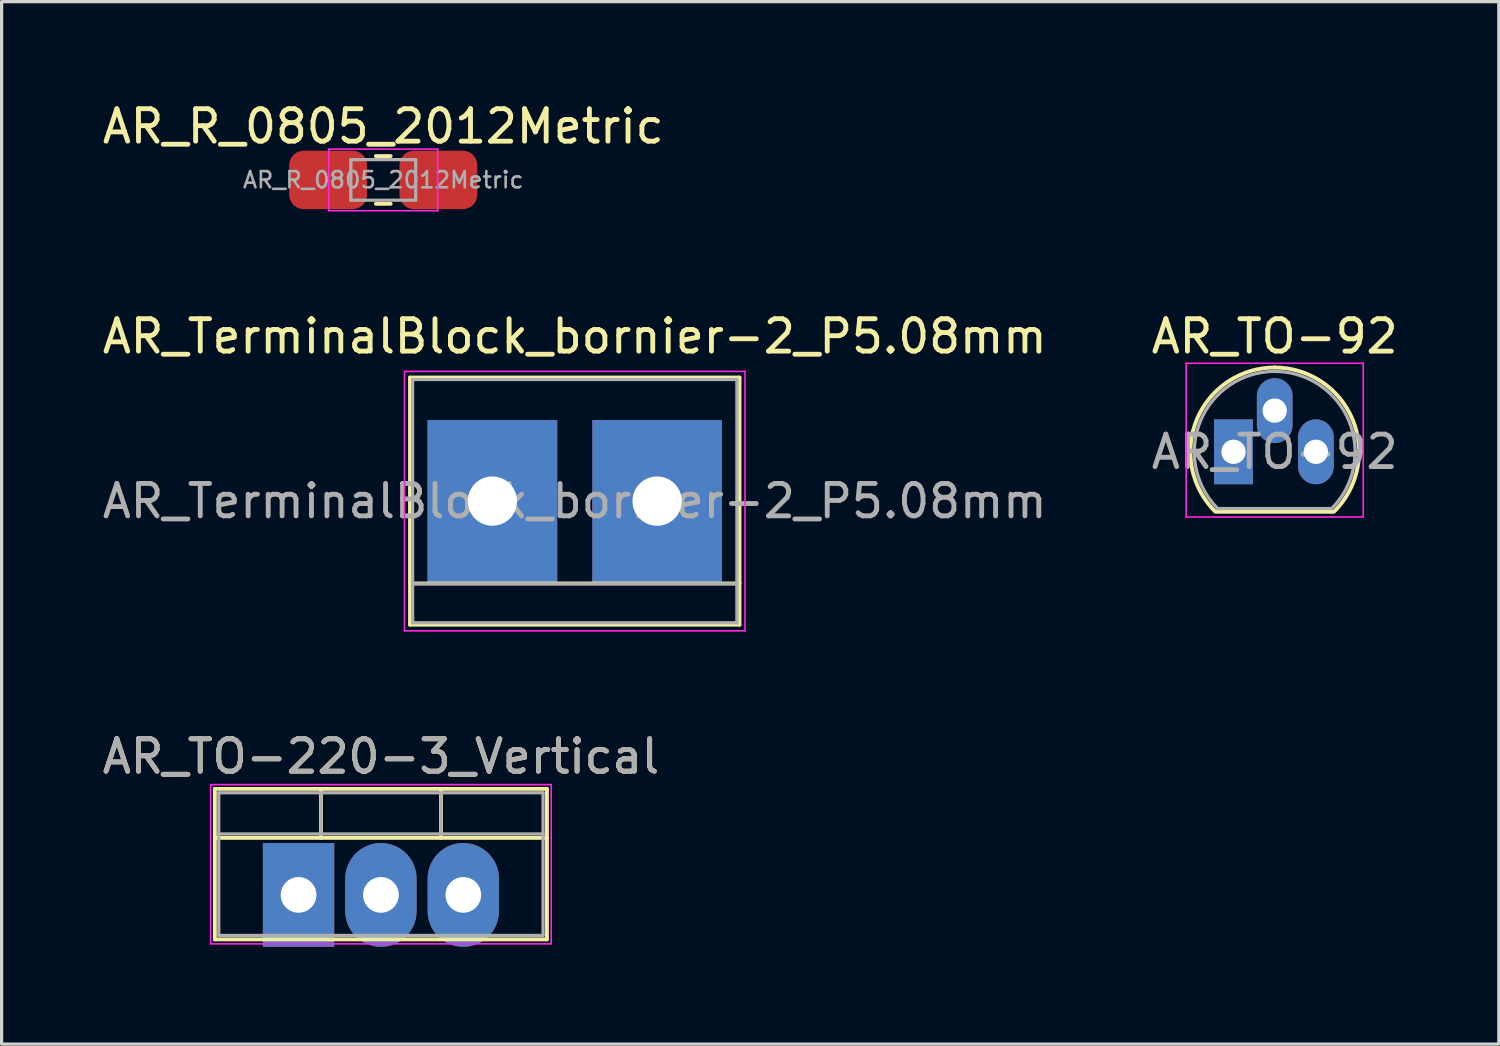
<source format=kicad_pcb>
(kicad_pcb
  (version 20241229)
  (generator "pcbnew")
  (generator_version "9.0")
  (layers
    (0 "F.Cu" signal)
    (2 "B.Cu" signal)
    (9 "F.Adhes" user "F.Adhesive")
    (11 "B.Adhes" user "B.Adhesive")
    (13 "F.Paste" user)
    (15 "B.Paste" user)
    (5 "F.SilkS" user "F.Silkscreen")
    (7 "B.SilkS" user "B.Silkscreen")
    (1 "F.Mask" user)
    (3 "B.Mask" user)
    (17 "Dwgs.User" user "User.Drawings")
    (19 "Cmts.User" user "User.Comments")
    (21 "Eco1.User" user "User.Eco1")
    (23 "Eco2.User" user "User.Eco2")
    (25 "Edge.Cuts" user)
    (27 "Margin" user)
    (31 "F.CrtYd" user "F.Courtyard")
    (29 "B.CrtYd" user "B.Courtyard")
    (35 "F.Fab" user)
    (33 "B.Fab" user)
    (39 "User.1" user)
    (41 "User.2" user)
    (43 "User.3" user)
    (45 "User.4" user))
  (footprint "AR_TO-220-3_Vertical"
    (layer "F.Cu")
    (at 6.156 24.545)
    (property "Reference" "AR_TO-220-3_Vertical" (at 2.54 -4.27 0) (layer "F.SilkS") (effects (font (size 1 1) (thickness 0.15))))
    (attr through_hole)
    (fp_line (start -2.58 -3.27) (end -2.58 1.371) (stroke (width 0.12) (type solid)) (layer "F.SilkS"))
    (fp_line (start -2.58 -3.27) (end 7.66 -3.27) (stroke (width 0.12) (type solid)) (layer "F.SilkS"))
    (fp_line (start -2.58 -1.76) (end 7.66 -1.76) (stroke (width 0.12) (type solid)) (layer "F.SilkS"))
    (fp_line (start -2.58 1.371) (end 7.66 1.371) (stroke (width 0.12) (type solid)) (layer "F.SilkS"))
    (fp_line (start 0.69 -3.27) (end 0.69 -1.76) (stroke (width 0.12) (type solid)) (layer "F.SilkS"))
    (fp_line (start 4.391 -3.27) (end 4.391 -1.76) (stroke (width 0.12) (type solid)) (layer "F.SilkS"))
    (fp_line (start 7.66 -3.27) (end 7.66 1.371) (stroke (width 0.12) (type solid)) (layer "F.SilkS"))
    (fp_line (start -2.71 -3.4) (end -2.71 1.51) (stroke (width 0.05) (type solid)) (layer "F.CrtYd"))
    (fp_line (start -2.71 1.51) (end 7.79 1.51) (stroke (width 0.05) (type solid)) (layer "F.CrtYd"))
    (fp_line (start 7.79 -3.4) (end -2.71 -3.4) (stroke (width 0.05) (type solid)) (layer "F.CrtYd"))
    (fp_line (start 7.79 1.51) (end 7.79 -3.4) (stroke (width 0.05) (type solid)) (layer "F.CrtYd"))
    (fp_line (start -2.46 -3.15) (end -2.46 1.25) (stroke (width 0.1) (type solid)) (layer "F.Fab"))
    (fp_line (start -2.46 -1.88) (end 7.54 -1.88) (stroke (width 0.1) (type solid)) (layer "F.Fab"))
    (fp_line (start -2.46 1.25) (end 7.54 1.25) (stroke (width 0.1) (type solid)) (layer "F.Fab"))
    (fp_line (start 0.69 -3.15) (end 0.69 -1.88) (stroke (width 0.1) (type solid)) (layer "F.Fab"))
    (fp_line (start 4.39 -3.15) (end 4.39 -1.88) (stroke (width 0.1) (type solid)) (layer "F.Fab"))
    (fp_line (start 7.54 -3.15) (end -2.46 -3.15) (stroke (width 0.1) (type solid)) (layer "F.Fab"))
    (fp_line (start 7.54 1.25) (end 7.54 -3.15) (stroke (width 0.1) (type solid)) (layer "F.Fab"))
    (fp_text user "${REFERENCE}" (at 2.54 -4.27 0) (layer "F.Fab") (effects (font (size 1 1) (thickness 0.15))))
    (pad "1" thru_hole rect (at 0 0) (size 2.2 3.2) (drill 1.1) (layers "*.Cu" "*.Mask"))
    (pad "2" thru_hole oval (at 2.54 0) (size 2.2 3.2) (drill 1.1) (layers "*.Cu" "*.Mask"))
    (pad "3" thru_hole oval (at 5.08 0) (size 2.2 3.2) (drill 1.1) (layers "*.Cu" "*.Mask")))
  (footprint "AR_TerminalBlock_bornier-2_P5.08mm"
    (layer "F.Cu")
    (at 12.133 12.402)
    (property "Reference" "AR_TerminalBlock_bornier-2_P5.08mm" (at 2.54 -5.08 0) (layer "F.SilkS") (effects (font (size 1 1) (thickness 0.15))))
    (attr through_hole)
    (fp_line (start -2.54 -3.81) (end -2.54 3.81) (stroke (width 0.12) (type solid)) (layer "F.SilkS"))
    (fp_line (start -2.54 3.81) (end 7.62 3.81) (stroke (width 0.12) (type solid)) (layer "F.SilkS"))
    (fp_line (start 7.62 -3.81) (end -2.54 -3.81) (stroke (width 0.12) (type solid)) (layer "F.SilkS"))
    (fp_line (start 7.62 2.54) (end -2.54 2.54) (stroke (width 0.12) (type solid)) (layer "F.SilkS"))
    (fp_line (start 7.62 3.81) (end 7.62 -3.81) (stroke (width 0.12) (type solid)) (layer "F.SilkS"))
    (fp_line (start -2.71 -4) (end -2.71 4) (stroke (width 0.05) (type solid)) (layer "F.CrtYd"))
    (fp_line (start -2.71 -4) (end 7.79 -4) (stroke (width 0.05) (type solid)) (layer "F.CrtYd"))
    (fp_line (start 7.79 4) (end -2.71 4) (stroke (width 0.05) (type solid)) (layer "F.CrtYd"))
    (fp_line (start 7.79 4) (end 7.79 -4) (stroke (width 0.05) (type solid)) (layer "F.CrtYd"))
    (fp_line (start -2.46 -3.75) (end -2.46 3.75) (stroke (width 0.1) (type solid)) (layer "F.Fab"))
    (fp_line (start -2.46 3.75) (end 7.54 3.75) (stroke (width 0.1) (type solid)) (layer "F.Fab"))
    (fp_line (start -2.41 2.55) (end 7.49 2.55) (stroke (width 0.1) (type solid)) (layer "F.Fab"))
    (fp_line (start 7.54 -3.75) (end -2.46 -3.75) (stroke (width 0.1) (type solid)) (layer "F.Fab"))
    (fp_line (start 7.54 3.75) (end 7.54 -3.75) (stroke (width 0.1) (type solid)) (layer "F.Fab"))
    (fp_text user "${REFERENCE}" (at 2.54 0 0) (layer "F.Fab") (effects (font (size 1 1) (thickness 0.15))))
    (pad "1" thru_hole rect (at 0 0) (size 4 5) (drill 1.52) (layers "*.Cu" "*.Mask"))
    (pad "2" thru_hole rect (at 5.08 0) (size 4 5) (drill 1.52) (layers "*.Cu" "*.Mask")))
  (footprint "AR_R_0805_2012Metric"
    (layer "F.Cu")
    (at 8.768 2.498)
    (property "Reference" "AR_R_0805_2012Metric" (at 0 -1.65 0) (layer "F.SilkS") (effects (font (size 1 1) (thickness 0.15))))
    (attr smd)
    (fp_line (start -0.227 -0.735) (end 0.227 -0.735) (stroke (width 0.12) (type solid)) (layer "F.SilkS"))
    (fp_line (start -0.227 0.735) (end 0.227 0.735) (stroke (width 0.12) (type solid)) (layer "F.SilkS"))
    (fp_line (start -1.68 -0.95) (end 1.68 -0.95) (stroke (width 0.05) (type solid)) (layer "F.CrtYd"))
    (fp_line (start -1.68 0.95) (end -1.68 -0.95) (stroke (width 0.05) (type solid)) (layer "F.CrtYd"))
    (fp_line (start 1.68 -0.95) (end 1.68 0.95) (stroke (width 0.05) (type solid)) (layer "F.CrtYd"))
    (fp_line (start 1.68 0.95) (end -1.68 0.95) (stroke (width 0.05) (type solid)) (layer "F.CrtYd"))
    (fp_line (start -1 -0.625) (end 1 -0.625) (stroke (width 0.1) (type solid)) (layer "F.Fab"))
    (fp_line (start -1 0.625) (end -1 -0.625) (stroke (width 0.1) (type solid)) (layer "F.Fab"))
    (fp_line (start 1 -0.625) (end 1 0.625) (stroke (width 0.1) (type solid)) (layer "F.Fab"))
    (fp_line (start 1 0.625) (end -1 0.625) (stroke (width 0.1) (type solid)) (layer "F.Fab"))
    (fp_text user "${REFERENCE}" (at 0 0 0) (layer "F.Fab") (effects (font (size 0.5 0.5) (thickness 0.08))))
    (pad "1" smd roundrect (at -1.7 0) (size 2.4 1.8) (layers "F.Cu" "F.Mask" "F.Paste") (roundrect_rratio 0.244))
    (pad "2" smd roundrect (at 1.7 0) (size 2.4 1.8) (layers "F.Cu" "F.Mask" "F.Paste") (roundrect_rratio 0.244)))
  (footprint "AR_TO-92"
    (layer "F.Cu")
    (at 34.986 10.882)
    (property "Reference" "AR_TO-92" (at 1.27 -3.56 0) (layer "F.SilkS") (effects (font (size 1 1) (thickness 0.15))))
    (attr through_hole)
    (fp_line (start -0.53 1.85) (end 3.07 1.85) (stroke (width 0.12) (type solid)) (layer "F.SilkS"))
    (fp_arc (start -0.568478 1.838478) (mid -1.132087 -0.994977) (end 1.27 -2.6) (stroke (width 0.12) (type solid)) (layer "F.SilkS"))
    (fp_arc (start 1.27 -2.6) (mid 3.672087 -0.994977) (end 3.108478 1.838478) (stroke (width 0.12) (type solid)) (layer "F.SilkS"))
    (fp_line (start -1.46 -2.73) (end -1.46 2.01) (stroke (width 0.05) (type solid)) (layer "F.CrtYd"))
    (fp_line (start -1.46 -2.73) (end 4 -2.73) (stroke (width 0.05) (type solid)) (layer "F.CrtYd"))
    (fp_line (start 4 2.01) (end -1.46 2.01) (stroke (width 0.05) (type solid)) (layer "F.CrtYd"))
    (fp_line (start 4 2.01) (end 4 -2.73) (stroke (width 0.05) (type solid)) (layer "F.CrtYd"))
    (fp_line (start -0.5 1.75) (end 3 1.75) (stroke (width 0.1) (type solid)) (layer "F.Fab"))
    (fp_arc (start -0.483625 1.753625) (mid -1.021221 -0.949055) (end 1.27 -2.48) (stroke (width 0.1) (type solid)) (layer "F.Fab"))
    (fp_arc (start 1.27 -2.48) (mid 3.561221 -0.949055) (end 3.023625 1.753625) (stroke (width 0.1) (type solid)) (layer "F.Fab"))
    (fp_text user "${REFERENCE}" (at 1.27 0 0) (layer "F.Fab") (effects (font (size 1 1) (thickness 0.15))))
    (pad "1" thru_hole rect (at 0 0) (size 1.2 2) (drill 0.75) (layers "*.Cu" "*.Mask"))
    (pad "2" thru_hole oval (at 1.27 -1.27) (size 1.1 2) (drill 0.75) (layers "*.Cu" "*.Mask"))
    (pad "3" thru_hole oval (at 2.54 0) (size 1.1 2) (drill 0.75) (layers "*.Cu" "*.Mask")))
  (gr_rect
    (start -3 -3)
    (end 43.167 29.145)
    (stroke (width 0.1) (type default))
    (fill no)
    (layer "Edge.Cuts")))
</source>
